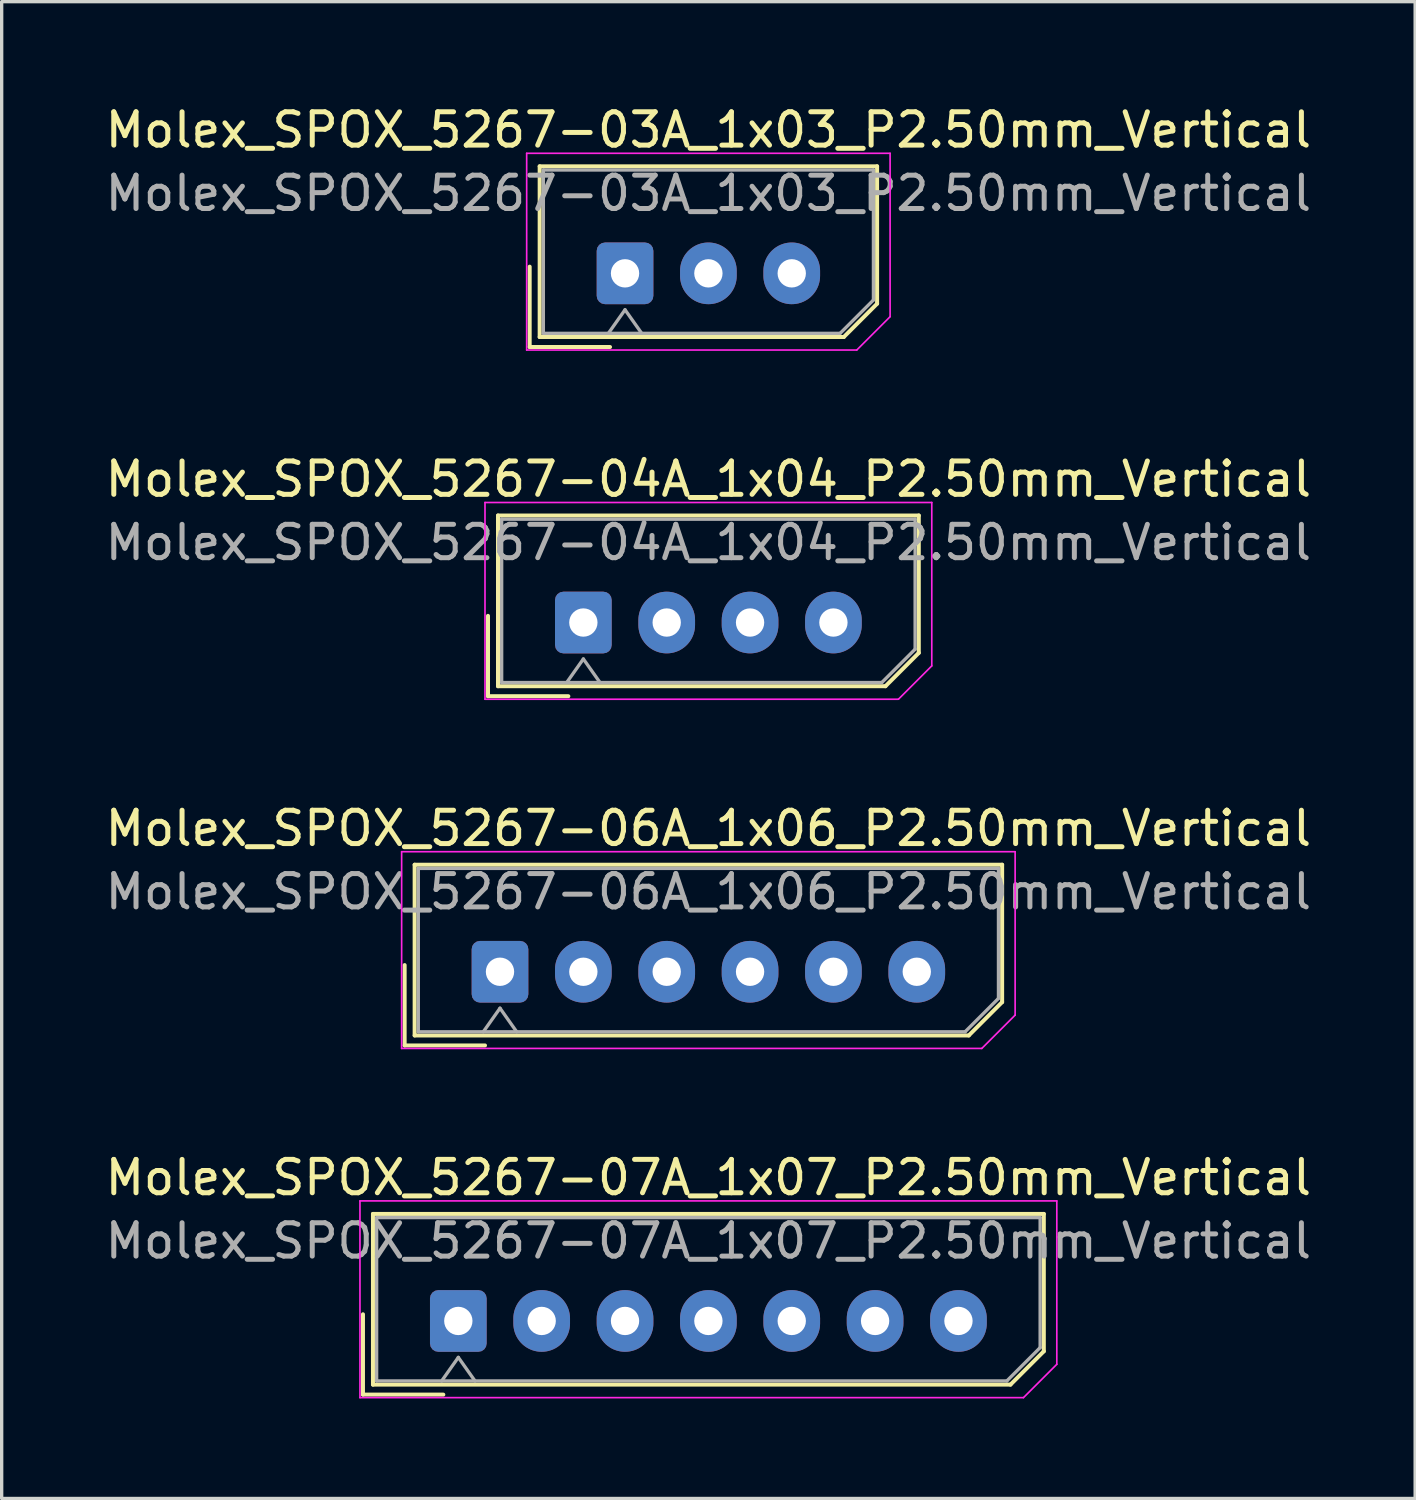
<source format=kicad_pcb>
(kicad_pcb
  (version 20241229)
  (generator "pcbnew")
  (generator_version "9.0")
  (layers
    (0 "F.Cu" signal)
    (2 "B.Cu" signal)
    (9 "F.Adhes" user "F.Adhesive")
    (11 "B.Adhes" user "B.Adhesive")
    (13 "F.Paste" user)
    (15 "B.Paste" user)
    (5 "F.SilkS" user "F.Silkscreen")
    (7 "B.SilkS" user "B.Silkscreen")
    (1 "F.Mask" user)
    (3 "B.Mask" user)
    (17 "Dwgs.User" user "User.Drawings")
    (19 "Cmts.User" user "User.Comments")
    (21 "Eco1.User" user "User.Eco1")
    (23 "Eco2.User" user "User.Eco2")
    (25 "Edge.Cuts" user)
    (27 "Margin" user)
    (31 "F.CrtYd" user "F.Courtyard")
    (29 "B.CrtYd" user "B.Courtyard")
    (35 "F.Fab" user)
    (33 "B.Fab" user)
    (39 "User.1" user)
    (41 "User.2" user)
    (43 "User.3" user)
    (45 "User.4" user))
  (footprint "Molex_SPOX_5267-07A_1x07_P2.50mm_Vertical"
    (layer "F.Cu")
    (at 10.696 36.568)
    (property "Reference" "Molex_SPOX_5267-07A_1x07_P2.50mm_Vertical" (at 7.5 -4.3 0) (layer "F.SilkS") (effects (font (size 1 1) (thickness 0.15))))
    (attr through_hole)
    (fp_line (start -2.86 -0.2) (end -2.86 2.21) (stroke (width 0.12) (type solid)) (layer "F.SilkS"))
    (fp_line (start -2.86 2.21) (end -0.45 2.21) (stroke (width 0.12) (type solid)) (layer "F.SilkS"))
    (fp_line (start -2.56 -3.21) (end -2.56 1.91) (stroke (width 0.12) (type solid)) (layer "F.SilkS"))
    (fp_line (start -2.56 1.91) (end 16.56 1.91) (stroke (width 0.12) (type solid)) (layer "F.SilkS"))
    (fp_line (start 16.56 1.91) (end 17.56 0.91) (stroke (width 0.12) (type solid)) (layer "F.SilkS"))
    (fp_line (start 17.56 -3.21) (end -2.56 -3.21) (stroke (width 0.12) (type solid)) (layer "F.SilkS"))
    (fp_line (start 17.56 0.91) (end 17.56 -3.21) (stroke (width 0.12) (type solid)) (layer "F.SilkS"))
    (fp_line (start -2.95 -3.6) (end -2.95 2.3) (stroke (width 0.05) (type solid)) (layer "F.CrtYd"))
    (fp_line (start -2.95 2.3) (end 16.95 2.3) (stroke (width 0.05) (type solid)) (layer "F.CrtYd"))
    (fp_line (start 16.95 2.3) (end 17.95 1.3) (stroke (width 0.05) (type solid)) (layer "F.CrtYd"))
    (fp_line (start 17.95 -3.6) (end -2.95 -3.6) (stroke (width 0.05) (type solid)) (layer "F.CrtYd"))
    (fp_line (start 17.95 1.3) (end 17.95 -3.6) (stroke (width 0.05) (type solid)) (layer "F.CrtYd"))
    (fp_line (start -2.45 -3.1) (end -2.45 1.8) (stroke (width 0.1) (type solid)) (layer "F.Fab"))
    (fp_line (start -2.45 1.8) (end 16.45 1.8) (stroke (width 0.1) (type solid)) (layer "F.Fab"))
    (fp_line (start -0.5 1.8) (end 0 1.093) (stroke (width 0.1) (type solid)) (layer "F.Fab"))
    (fp_line (start 0 1.093) (end 0.5 1.8) (stroke (width 0.1) (type solid)) (layer "F.Fab"))
    (fp_line (start 16.45 1.8) (end 17.45 0.8) (stroke (width 0.1) (type solid)) (layer "F.Fab"))
    (fp_line (start 17.45 -3.1) (end -2.45 -3.1) (stroke (width 0.1) (type solid)) (layer "F.Fab"))
    (fp_line (start 17.45 0.8) (end 17.45 -3.1) (stroke (width 0.1) (type solid)) (layer "F.Fab"))
    (fp_text user "${REFERENCE}" (at 7.5 -2.4 0) (layer "F.Fab") (effects (font (size 1 1) (thickness 0.15))))
    (pad "1" thru_hole roundrect (at 0 0) (size 1.7 1.85) (drill 0.85) (layers "*.Cu" "*.Mask") (roundrect_rratio 0.147))
    (pad "2" thru_hole oval (at 2.5 0) (size 1.7 1.85) (drill 0.85) (layers "*.Cu" "*.Mask"))
    (pad "3" thru_hole oval (at 5 0) (size 1.7 1.85) (drill 0.85) (layers "*.Cu" "*.Mask"))
    (pad "4" thru_hole oval (at 7.5 0) (size 1.7 1.85) (drill 0.85) (layers "*.Cu" "*.Mask"))
    (pad "5" thru_hole oval (at 10 0) (size 1.7 1.85) (drill 0.85) (layers "*.Cu" "*.Mask"))
    (pad "6" thru_hole oval (at 12.5 0) (size 1.7 1.85) (drill 0.85) (layers "*.Cu" "*.Mask"))
    (pad "7" thru_hole oval (at 15 0) (size 1.7 1.85) (drill 0.85) (layers "*.Cu" "*.Mask")))
  (footprint "Molex_SPOX_5267-03A_1x03_P2.50mm_Vertical"
    (layer "F.Cu")
    (at 15.696 5.148)
    (property "Reference" "Molex_SPOX_5267-03A_1x03_P2.50mm_Vertical" (at 2.5 -4.3 0) (layer "F.SilkS") (effects (font (size 1 1) (thickness 0.15))))
    (attr through_hole)
    (fp_line (start -2.86 -0.2) (end -2.86 2.21) (stroke (width 0.12) (type solid)) (layer "F.SilkS"))
    (fp_line (start -2.86 2.21) (end -0.45 2.21) (stroke (width 0.12) (type solid)) (layer "F.SilkS"))
    (fp_line (start -2.56 -3.21) (end -2.56 1.91) (stroke (width 0.12) (type solid)) (layer "F.SilkS"))
    (fp_line (start -2.56 1.91) (end 6.56 1.91) (stroke (width 0.12) (type solid)) (layer "F.SilkS"))
    (fp_line (start 6.56 1.91) (end 7.56 0.91) (stroke (width 0.12) (type solid)) (layer "F.SilkS"))
    (fp_line (start 7.56 -3.21) (end -2.56 -3.21) (stroke (width 0.12) (type solid)) (layer "F.SilkS"))
    (fp_line (start 7.56 0.91) (end 7.56 -3.21) (stroke (width 0.12) (type solid)) (layer "F.SilkS"))
    (fp_line (start -2.95 -3.6) (end -2.95 2.3) (stroke (width 0.05) (type solid)) (layer "F.CrtYd"))
    (fp_line (start -2.95 2.3) (end 6.95 2.3) (stroke (width 0.05) (type solid)) (layer "F.CrtYd"))
    (fp_line (start 6.95 2.3) (end 7.95 1.3) (stroke (width 0.05) (type solid)) (layer "F.CrtYd"))
    (fp_line (start 7.95 -3.6) (end -2.95 -3.6) (stroke (width 0.05) (type solid)) (layer "F.CrtYd"))
    (fp_line (start 7.95 1.3) (end 7.95 -3.6) (stroke (width 0.05) (type solid)) (layer "F.CrtYd"))
    (fp_line (start -2.45 -3.1) (end -2.45 1.8) (stroke (width 0.1) (type solid)) (layer "F.Fab"))
    (fp_line (start -2.45 1.8) (end 6.45 1.8) (stroke (width 0.1) (type solid)) (layer "F.Fab"))
    (fp_line (start -0.5 1.8) (end 0 1.093) (stroke (width 0.1) (type solid)) (layer "F.Fab"))
    (fp_line (start 0 1.093) (end 0.5 1.8) (stroke (width 0.1) (type solid)) (layer "F.Fab"))
    (fp_line (start 6.45 1.8) (end 7.45 0.8) (stroke (width 0.1) (type solid)) (layer "F.Fab"))
    (fp_line (start 7.45 -3.1) (end -2.45 -3.1) (stroke (width 0.1) (type solid)) (layer "F.Fab"))
    (fp_line (start 7.45 0.8) (end 7.45 -3.1) (stroke (width 0.1) (type solid)) (layer "F.Fab"))
    (fp_text user "${REFERENCE}" (at 2.5 -2.4 0) (layer "F.Fab") (effects (font (size 1 1) (thickness 0.15))))
    (pad "1" thru_hole roundrect (at 0 0) (size 1.7 1.85) (drill 0.85) (layers "*.Cu" "*.Mask") (roundrect_rratio 0.147))
    (pad "2" thru_hole oval (at 2.5 0) (size 1.7 1.85) (drill 0.85) (layers "*.Cu" "*.Mask"))
    (pad "3" thru_hole oval (at 5 0) (size 1.7 1.85) (drill 0.85) (layers "*.Cu" "*.Mask")))
  (footprint "Molex_SPOX_5267-04A_1x04_P2.50mm_Vertical"
    (layer "F.Cu")
    (at 14.446 15.621)
    (property "Reference" "Molex_SPOX_5267-04A_1x04_P2.50mm_Vertical" (at 3.75 -4.3 0) (layer "F.SilkS") (effects (font (size 1 1) (thickness 0.15))))
    (attr through_hole)
    (fp_line (start -2.86 -0.2) (end -2.86 2.21) (stroke (width 0.12) (type solid)) (layer "F.SilkS"))
    (fp_line (start -2.86 2.21) (end -0.45 2.21) (stroke (width 0.12) (type solid)) (layer "F.SilkS"))
    (fp_line (start -2.56 -3.21) (end -2.56 1.91) (stroke (width 0.12) (type solid)) (layer "F.SilkS"))
    (fp_line (start -2.56 1.91) (end 9.06 1.91) (stroke (width 0.12) (type solid)) (layer "F.SilkS"))
    (fp_line (start 9.06 1.91) (end 10.06 0.91) (stroke (width 0.12) (type solid)) (layer "F.SilkS"))
    (fp_line (start 10.06 -3.21) (end -2.56 -3.21) (stroke (width 0.12) (type solid)) (layer "F.SilkS"))
    (fp_line (start 10.06 0.91) (end 10.06 -3.21) (stroke (width 0.12) (type solid)) (layer "F.SilkS"))
    (fp_line (start -2.95 -3.6) (end -2.95 2.3) (stroke (width 0.05) (type solid)) (layer "F.CrtYd"))
    (fp_line (start -2.95 2.3) (end 9.45 2.3) (stroke (width 0.05) (type solid)) (layer "F.CrtYd"))
    (fp_line (start 9.45 2.3) (end 10.45 1.3) (stroke (width 0.05) (type solid)) (layer "F.CrtYd"))
    (fp_line (start 10.45 -3.6) (end -2.95 -3.6) (stroke (width 0.05) (type solid)) (layer "F.CrtYd"))
    (fp_line (start 10.45 1.3) (end 10.45 -3.6) (stroke (width 0.05) (type solid)) (layer "F.CrtYd"))
    (fp_line (start -2.45 -3.1) (end -2.45 1.8) (stroke (width 0.1) (type solid)) (layer "F.Fab"))
    (fp_line (start -2.45 1.8) (end 8.95 1.8) (stroke (width 0.1) (type solid)) (layer "F.Fab"))
    (fp_line (start -0.5 1.8) (end 0 1.093) (stroke (width 0.1) (type solid)) (layer "F.Fab"))
    (fp_line (start 0 1.093) (end 0.5 1.8) (stroke (width 0.1) (type solid)) (layer "F.Fab"))
    (fp_line (start 8.95 1.8) (end 9.95 0.8) (stroke (width 0.1) (type solid)) (layer "F.Fab"))
    (fp_line (start 9.95 -3.1) (end -2.45 -3.1) (stroke (width 0.1) (type solid)) (layer "F.Fab"))
    (fp_line (start 9.95 0.8) (end 9.95 -3.1) (stroke (width 0.1) (type solid)) (layer "F.Fab"))
    (fp_text user "${REFERENCE}" (at 3.75 -2.4 0) (layer "F.Fab") (effects (font (size 1 1) (thickness 0.15))))
    (pad "1" thru_hole roundrect (at 0 0) (size 1.7 1.85) (drill 0.85) (layers "*.Cu" "*.Mask") (roundrect_rratio 0.147))
    (pad "2" thru_hole oval (at 2.5 0) (size 1.7 1.85) (drill 0.85) (layers "*.Cu" "*.Mask"))
    (pad "3" thru_hole oval (at 5 0) (size 1.7 1.85) (drill 0.85) (layers "*.Cu" "*.Mask"))
    (pad "4" thru_hole oval (at 7.5 0) (size 1.7 1.85) (drill 0.85) (layers "*.Cu" "*.Mask")))
  (footprint "Molex_SPOX_5267-06A_1x06_P2.50mm_Vertical"
    (layer "F.Cu")
    (at 11.946 26.095)
    (property "Reference" "Molex_SPOX_5267-06A_1x06_P2.50mm_Vertical" (at 6.25 -4.3 0) (layer "F.SilkS") (effects (font (size 1 1) (thickness 0.15))))
    (attr through_hole)
    (fp_line (start -2.86 -0.2) (end -2.86 2.21) (stroke (width 0.12) (type solid)) (layer "F.SilkS"))
    (fp_line (start -2.86 2.21) (end -0.45 2.21) (stroke (width 0.12) (type solid)) (layer "F.SilkS"))
    (fp_line (start -2.56 -3.21) (end -2.56 1.91) (stroke (width 0.12) (type solid)) (layer "F.SilkS"))
    (fp_line (start -2.56 1.91) (end 14.06 1.91) (stroke (width 0.12) (type solid)) (layer "F.SilkS"))
    (fp_line (start 14.06 1.91) (end 15.06 0.91) (stroke (width 0.12) (type solid)) (layer "F.SilkS"))
    (fp_line (start 15.06 -3.21) (end -2.56 -3.21) (stroke (width 0.12) (type solid)) (layer "F.SilkS"))
    (fp_line (start 15.06 0.91) (end 15.06 -3.21) (stroke (width 0.12) (type solid)) (layer "F.SilkS"))
    (fp_line (start -2.95 -3.6) (end -2.95 2.3) (stroke (width 0.05) (type solid)) (layer "F.CrtYd"))
    (fp_line (start -2.95 2.3) (end 14.45 2.3) (stroke (width 0.05) (type solid)) (layer "F.CrtYd"))
    (fp_line (start 14.45 2.3) (end 15.45 1.3) (stroke (width 0.05) (type solid)) (layer "F.CrtYd"))
    (fp_line (start 15.45 -3.6) (end -2.95 -3.6) (stroke (width 0.05) (type solid)) (layer "F.CrtYd"))
    (fp_line (start 15.45 1.3) (end 15.45 -3.6) (stroke (width 0.05) (type solid)) (layer "F.CrtYd"))
    (fp_line (start -2.45 -3.1) (end -2.45 1.8) (stroke (width 0.1) (type solid)) (layer "F.Fab"))
    (fp_line (start -2.45 1.8) (end 13.95 1.8) (stroke (width 0.1) (type solid)) (layer "F.Fab"))
    (fp_line (start -0.5 1.8) (end 0 1.093) (stroke (width 0.1) (type solid)) (layer "F.Fab"))
    (fp_line (start 0 1.093) (end 0.5 1.8) (stroke (width 0.1) (type solid)) (layer "F.Fab"))
    (fp_line (start 13.95 1.8) (end 14.95 0.8) (stroke (width 0.1) (type solid)) (layer "F.Fab"))
    (fp_line (start 14.95 -3.1) (end -2.45 -3.1) (stroke (width 0.1) (type solid)) (layer "F.Fab"))
    (fp_line (start 14.95 0.8) (end 14.95 -3.1) (stroke (width 0.1) (type solid)) (layer "F.Fab"))
    (fp_text user "${REFERENCE}" (at 6.25 -2.4 0) (layer "F.Fab") (effects (font (size 1 1) (thickness 0.15))))
    (pad "1" thru_hole roundrect (at 0 0) (size 1.7 1.85) (drill 0.85) (layers "*.Cu" "*.Mask") (roundrect_rratio 0.147))
    (pad "2" thru_hole oval (at 2.5 0) (size 1.7 1.85) (drill 0.85) (layers "*.Cu" "*.Mask"))
    (pad "3" thru_hole oval (at 5 0) (size 1.7 1.85) (drill 0.85) (layers "*.Cu" "*.Mask"))
    (pad "4" thru_hole oval (at 7.5 0) (size 1.7 1.85) (drill 0.85) (layers "*.Cu" "*.Mask"))
    (pad "5" thru_hole oval (at 10 0) (size 1.7 1.85) (drill 0.85) (layers "*.Cu" "*.Mask"))
    (pad "6" thru_hole oval (at 12.5 0) (size 1.7 1.85) (drill 0.85) (layers "*.Cu" "*.Mask")))
  (gr_rect
    (start -3 -3)
    (end 39.393 41.893)
    (stroke (width 0.1) (type default))
    (fill no)
    (layer "Edge.Cuts")))
</source>
